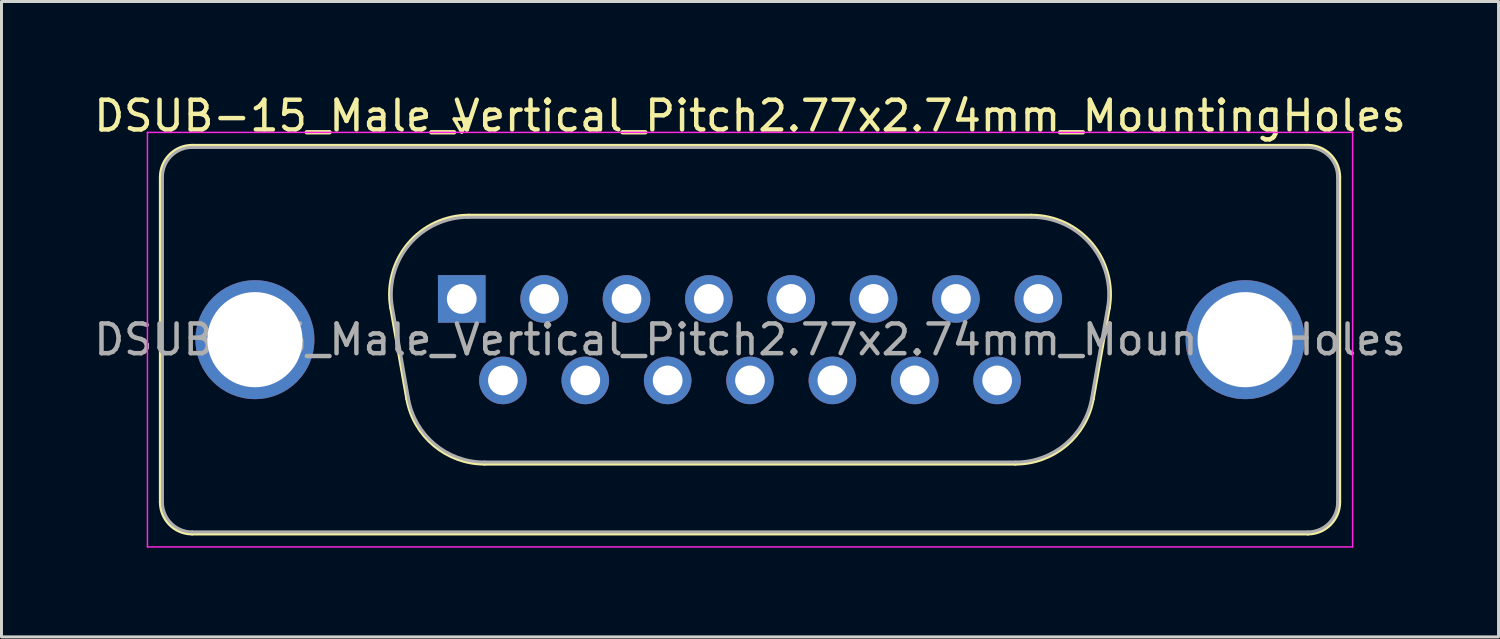
<source format=kicad_pcb>
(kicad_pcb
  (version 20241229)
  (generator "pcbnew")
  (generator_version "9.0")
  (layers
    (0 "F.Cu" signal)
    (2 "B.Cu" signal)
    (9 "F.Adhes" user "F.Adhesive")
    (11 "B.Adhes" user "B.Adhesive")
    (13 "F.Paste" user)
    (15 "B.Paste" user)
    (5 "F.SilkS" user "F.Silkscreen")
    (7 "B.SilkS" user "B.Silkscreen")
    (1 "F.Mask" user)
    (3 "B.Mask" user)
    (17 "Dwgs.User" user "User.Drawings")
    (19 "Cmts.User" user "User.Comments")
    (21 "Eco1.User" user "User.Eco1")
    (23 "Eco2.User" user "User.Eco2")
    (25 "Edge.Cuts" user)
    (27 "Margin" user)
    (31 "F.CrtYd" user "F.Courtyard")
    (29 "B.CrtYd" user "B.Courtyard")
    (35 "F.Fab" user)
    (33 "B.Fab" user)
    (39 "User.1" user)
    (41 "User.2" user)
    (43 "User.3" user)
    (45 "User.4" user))
  (footprint "DSUB-15_Male_Vertical_Pitch2.77x2.74mm_MountingHoles"
    (layer "F.Cu")
    (at 12.478 7.003)
    (property "Reference" "DSUB-15_Male_Vertical_Pitch2.77x2.74mm_MountingHoles" (at 9.695 -6.155 0) (layer "F.SilkS") (effects (font (size 1 1) (thickness 0.15))))
    (attr through_hole)
    (fp_line (start -10.125 6.835) (end -10.125 -4.095) (stroke (width 0.12) (type solid)) (layer "F.SilkS"))
    (fp_line (start -9.065 -5.155) (end 28.455 -5.155) (stroke (width 0.12) (type solid)) (layer "F.SilkS"))
    (fp_line (start -2.377 0.305) (end -1.839 3.355) (stroke (width 0.12) (type solid)) (layer "F.SilkS"))
    (fp_line (start -0.25 -6.049) (end 0.25 -6.049) (stroke (width 0.12) (type solid)) (layer "F.SilkS"))
    (fp_line (start 0 -5.616) (end -0.25 -6.049) (stroke (width 0.12) (type solid)) (layer "F.SilkS"))
    (fp_line (start 0.233 -2.805) (end 19.157 -2.805) (stroke (width 0.12) (type solid)) (layer "F.SilkS"))
    (fp_line (start 0.25 -6.049) (end 0 -5.616) (stroke (width 0.12) (type solid)) (layer "F.SilkS"))
    (fp_line (start 0.771 5.545) (end 18.619 5.545) (stroke (width 0.12) (type solid)) (layer "F.SilkS"))
    (fp_line (start 21.767 0.305) (end 21.229 3.355) (stroke (width 0.12) (type solid)) (layer "F.SilkS"))
    (fp_line (start 28.455 7.895) (end -9.065 7.895) (stroke (width 0.12) (type solid)) (layer "F.SilkS"))
    (fp_line (start 29.515 -4.095) (end 29.515 6.835) (stroke (width 0.12) (type solid)) (layer "F.SilkS"))
    (fp_arc (start -10.125 -4.095) (mid -9.814533 -4.844533) (end -9.065 -5.155) (stroke (width 0.12) (type solid)) (layer "F.SilkS"))
    (fp_arc (start -9.065 7.895) (mid -9.814533 7.584533) (end -10.125 6.835) (stroke (width 0.12) (type solid)) (layer "F.SilkS"))
    (fp_arc (start -2.376594 0.305168) (mid -1.796871 -1.858387) (end 0.233147 -2.805) (stroke (width 0.12) (type solid)) (layer "F.SilkS"))
    (fp_arc (start 0.770944 5.545) (mid -0.932443 4.925018) (end -1.838797 3.355168) (stroke (width 0.12) (type solid)) (layer "F.SilkS"))
    (fp_arc (start 19.156853 -2.805) (mid 21.186871 -1.858387) (end 21.766594 0.305168) (stroke (width 0.12) (type solid)) (layer "F.SilkS"))
    (fp_arc (start 21.228797 3.355168) (mid 20.322443 4.925018) (end 18.619056 5.545) (stroke (width 0.12) (type solid)) (layer "F.SilkS"))
    (fp_arc (start 28.455 -5.155) (mid 29.204533 -4.844533) (end 29.515 -4.095) (stroke (width 0.12) (type solid)) (layer "F.SilkS"))
    (fp_arc (start 29.515 6.835) (mid 29.204533 7.584533) (end 28.455 7.895) (stroke (width 0.12) (type solid)) (layer "F.SilkS"))
    (fp_line (start -10.57 -5.6) (end -10.57 8.34) (stroke (width 0.05) (type solid)) (layer "F.CrtYd"))
    (fp_line (start -10.57 8.34) (end 29.96 8.34) (stroke (width 0.05) (type solid)) (layer "F.CrtYd"))
    (fp_line (start 29.96 -5.6) (end -10.57 -5.6) (stroke (width 0.05) (type solid)) (layer "F.CrtYd"))
    (fp_line (start 29.96 8.34) (end 29.96 -5.6) (stroke (width 0.05) (type solid)) (layer "F.CrtYd"))
    (fp_line (start -10.065 6.835) (end -10.065 -4.095) (stroke (width 0.1) (type solid)) (layer "F.Fab"))
    (fp_line (start -9.065 -5.095) (end 28.455 -5.095) (stroke (width 0.1) (type solid)) (layer "F.Fab"))
    (fp_line (start -2.329 0.295) (end -1.791 3.345) (stroke (width 0.1) (type solid)) (layer "F.Fab"))
    (fp_line (start 0.222 -2.745) (end 19.168 -2.745) (stroke (width 0.1) (type solid)) (layer "F.Fab"))
    (fp_line (start 0.759 5.485) (end 18.631 5.485) (stroke (width 0.1) (type solid)) (layer "F.Fab"))
    (fp_line (start 21.719 0.295) (end 21.181 3.345) (stroke (width 0.1) (type solid)) (layer "F.Fab"))
    (fp_line (start 28.455 7.835) (end -9.065 7.835) (stroke (width 0.1) (type solid)) (layer "F.Fab"))
    (fp_line (start 29.455 -4.095) (end 29.455 6.835) (stroke (width 0.1) (type solid)) (layer "F.Fab"))
    (fp_arc (start -10.065 -4.095) (mid -9.772107 -4.802107) (end -9.065 -5.095) (stroke (width 0.1) (type solid)) (layer "F.Fab"))
    (fp_arc (start -9.065 7.835) (mid -9.772107 7.542107) (end -10.065 6.835) (stroke (width 0.1) (type solid)) (layer "F.Fab"))
    (fp_arc (start -2.32901 0.294749) (mid -1.762413 -1.81982) (end 0.221642 -2.745) (stroke (width 0.1) (type solid)) (layer "F.Fab"))
    (fp_arc (start 0.759439 5.485) (mid -0.905381 4.879055) (end -1.791213 3.344749) (stroke (width 0.1) (type solid)) (layer "F.Fab"))
    (fp_arc (start 19.168358 -2.745) (mid 21.152413 -1.81982) (end 21.71901 0.294749) (stroke (width 0.1) (type solid)) (layer "F.Fab"))
    (fp_arc (start 21.181213 3.344749) (mid 20.295381 4.879055) (end 18.630561 5.485) (stroke (width 0.1) (type solid)) (layer "F.Fab"))
    (fp_arc (start 28.455 -5.095) (mid 29.162107 -4.802107) (end 29.455 -4.095) (stroke (width 0.1) (type solid)) (layer "F.Fab"))
    (fp_arc (start 29.455 6.835) (mid 29.162107 7.542107) (end 28.455 7.835) (stroke (width 0.1) (type solid)) (layer "F.Fab"))
    (fp_text user "${REFERENCE}" (at 9.695 1.37 0) (layer "F.Fab") (effects (font (size 1 1) (thickness 0.15))))
    (pad "0" thru_hole circle (at -6.955 1.37) (size 4 4) (drill 3.2) (layers "*.Cu" "*.Mask"))
    (pad "0" thru_hole circle (at 26.345 1.37) (size 4 4) (drill 3.2) (layers "*.Cu" "*.Mask"))
    (pad "1" thru_hole rect (at 0 0) (size 1.6 1.6) (drill 1) (layers "*.Cu" "*.Mask"))
    (pad "2" thru_hole circle (at 2.77 0) (size 1.6 1.6) (drill 1) (layers "*.Cu" "*.Mask"))
    (pad "3" thru_hole circle (at 5.54 0) (size 1.6 1.6) (drill 1) (layers "*.Cu" "*.Mask"))
    (pad "4" thru_hole circle (at 8.31 0) (size 1.6 1.6) (drill 1) (layers "*.Cu" "*.Mask"))
    (pad "5" thru_hole circle (at 11.08 0) (size 1.6 1.6) (drill 1) (layers "*.Cu" "*.Mask"))
    (pad "6" thru_hole circle (at 13.85 0) (size 1.6 1.6) (drill 1) (layers "*.Cu" "*.Mask"))
    (pad "7" thru_hole circle (at 16.62 0) (size 1.6 1.6) (drill 1) (layers "*.Cu" "*.Mask"))
    (pad "8" thru_hole circle (at 19.39 0) (size 1.6 1.6) (drill 1) (layers "*.Cu" "*.Mask"))
    (pad "9" thru_hole circle (at 1.385 2.74) (size 1.6 1.6) (drill 1) (layers "*.Cu" "*.Mask"))
    (pad "10" thru_hole circle (at 4.155 2.74) (size 1.6 1.6) (drill 1) (layers "*.Cu" "*.Mask"))
    (pad "11" thru_hole circle (at 6.925 2.74) (size 1.6 1.6) (drill 1) (layers "*.Cu" "*.Mask"))
    (pad "12" thru_hole circle (at 9.695 2.74) (size 1.6 1.6) (drill 1) (layers "*.Cu" "*.Mask"))
    (pad "13" thru_hole circle (at 12.465 2.74) (size 1.6 1.6) (drill 1) (layers "*.Cu" "*.Mask"))
    (pad "14" thru_hole circle (at 15.235 2.74) (size 1.6 1.6) (drill 1) (layers "*.Cu" "*.Mask"))
    (pad "15" thru_hole circle (at 18.005 2.74) (size 1.6 1.6) (drill 1) (layers "*.Cu" "*.Mask")))
  (gr_rect
    (start -3 -3)
    (end 47.345 18.368)
    (stroke (width 0.1) (type default))
    (fill no)
    (layer "Edge.Cuts")))
</source>
